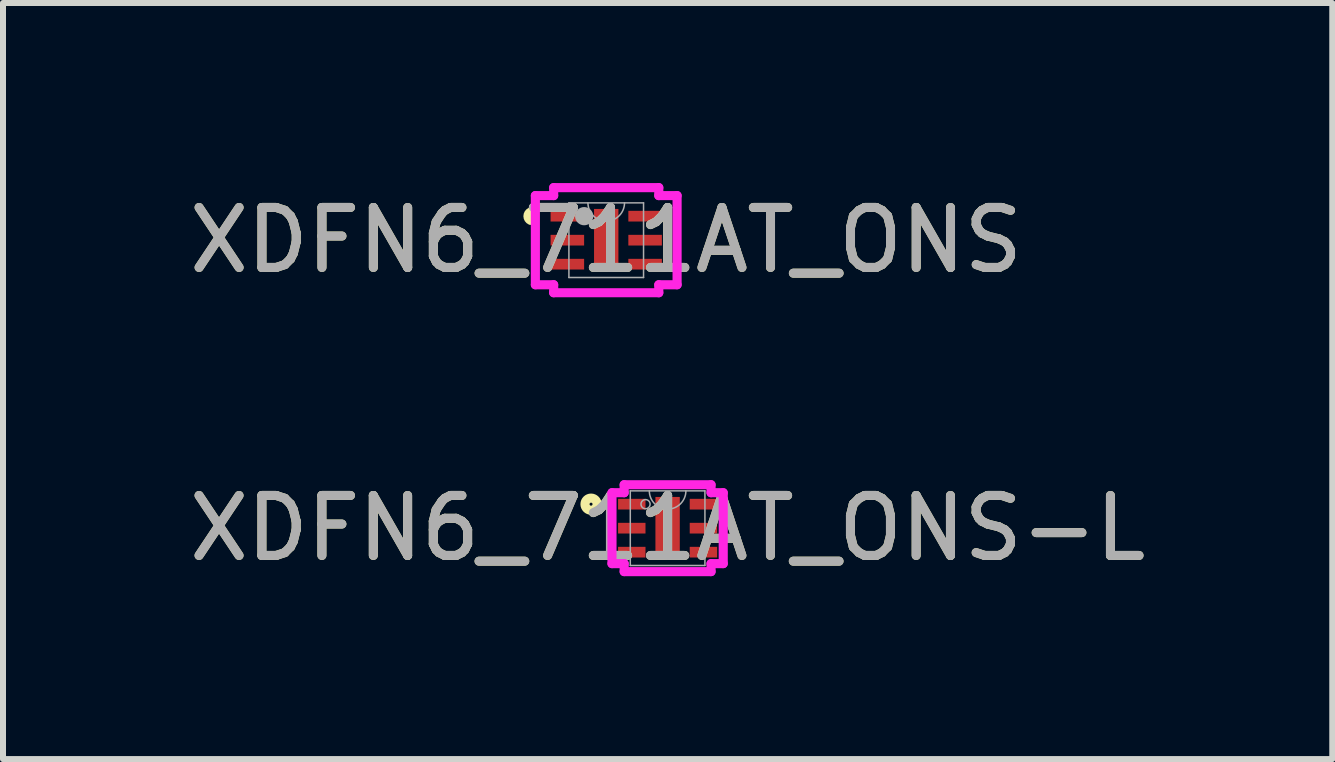
<source format=kicad_pcb>
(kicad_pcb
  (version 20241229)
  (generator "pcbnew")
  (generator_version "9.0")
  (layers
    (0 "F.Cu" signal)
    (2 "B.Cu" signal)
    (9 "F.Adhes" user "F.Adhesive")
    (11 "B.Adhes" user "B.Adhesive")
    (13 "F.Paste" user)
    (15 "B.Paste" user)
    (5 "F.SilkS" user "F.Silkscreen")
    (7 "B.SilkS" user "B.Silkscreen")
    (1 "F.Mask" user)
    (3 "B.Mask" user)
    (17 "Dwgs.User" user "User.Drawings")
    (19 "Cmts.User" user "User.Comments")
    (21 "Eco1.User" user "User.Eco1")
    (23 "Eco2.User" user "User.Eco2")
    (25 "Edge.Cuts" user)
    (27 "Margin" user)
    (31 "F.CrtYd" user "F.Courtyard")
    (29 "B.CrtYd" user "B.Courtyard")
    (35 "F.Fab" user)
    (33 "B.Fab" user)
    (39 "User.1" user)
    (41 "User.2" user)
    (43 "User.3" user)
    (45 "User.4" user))
  (footprint "XDFN6_711AT_ONS"
    (layer "F.Cu")
    (at 7.054 0.953)
    (property "Reference" "XDFN6_711AT_ONS" (at 0 0 0) (unlocked yes) (layer "F.SilkS") (effects (font (size 1 1) (thickness 0.15))))
    (attr smd)
    (fp_arc (start -1.25984 -0.330453) (mid -1.3049 -0.4) (end -1.25984 -0.469547) (stroke (width 0.1524) (type solid)) (layer "F.SilkS"))
    (fp_line (start -1.181 -0.743) (end -0.876 -0.743) (stroke (width 0.152) (type solid)) (layer "F.CrtYd"))
    (fp_line (start -1.181 0.743) (end -1.181 -0.743) (stroke (width 0.152) (type solid)) (layer "F.CrtYd"))
    (fp_line (start -1.181 0.743) (end -0.876 0.743) (stroke (width 0.152) (type solid)) (layer "F.CrtYd"))
    (fp_line (start -0.876 -0.876) (end 0.876 -0.876) (stroke (width 0.152) (type solid)) (layer "F.CrtYd"))
    (fp_line (start -0.876 -0.743) (end -0.876 -0.876) (stroke (width 0.152) (type solid)) (layer "F.CrtYd"))
    (fp_line (start -0.876 0.876) (end -0.876 0.743) (stroke (width 0.152) (type solid)) (layer "F.CrtYd"))
    (fp_line (start 0.876 -0.876) (end 0.876 -0.743) (stroke (width 0.152) (type solid)) (layer "F.CrtYd"))
    (fp_line (start 0.876 0.743) (end 0.876 0.876) (stroke (width 0.152) (type solid)) (layer "F.CrtYd"))
    (fp_line (start 0.876 0.876) (end -0.876 0.876) (stroke (width 0.152) (type solid)) (layer "F.CrtYd"))
    (fp_line (start 1.181 -0.743) (end 0.876 -0.743) (stroke (width 0.152) (type solid)) (layer "F.CrtYd"))
    (fp_line (start 1.181 -0.743) (end 1.181 0.743) (stroke (width 0.152) (type solid)) (layer "F.CrtYd"))
    (fp_line (start 1.181 0.743) (end 0.876 0.743) (stroke (width 0.152) (type solid)) (layer "F.CrtYd"))
    (fp_line (start -0.622 -0.622) (end -0.622 0.622) (stroke (width 0.025) (type solid)) (layer "F.Fab"))
    (fp_line (start -0.622 0.622) (end 0.622 0.622) (stroke (width 0.025) (type solid)) (layer "F.Fab"))
    (fp_line (start 0.622 -0.622) (end -0.622 -0.622) (stroke (width 0.025) (type solid)) (layer "F.Fab"))
    (fp_line (start 0.622 0.622) (end 0.622 -0.622) (stroke (width 0.025) (type solid)) (layer "F.Fab"))
    (fp_arc (start 0.3048 -0.6223) (mid 0 -0.3175) (end -0.3048 -0.6223) (stroke (width 0.0254) (type solid)) (layer "F.Fab"))
    (fp_circle (center -0.368 -0.4) (end -0.368 -0.4) (stroke (width 0.152) (type solid)) (fill no) (layer "F.Fab"))
    (fp_text user "${REFERENCE}" (at 0 0 0) (unlocked yes) (layer "F.Fab") (effects (font (size 1 1) (thickness 0.15))))
    (pad "1" smd rect (at -0.648 -0.4) (size 0.559 0.178) (layers "F.Cu" "F.Mask" "F.Paste"))
    (pad "2" smd rect (at -0.648 0) (size 0.559 0.178) (layers "F.Cu" "F.Mask" "F.Paste"))
    (pad "3" smd rect (at -0.648 0.4) (size 0.559 0.178) (layers "F.Cu" "F.Mask" "F.Paste"))
    (pad "4" smd rect (at 0.648 0.4) (size 0.559 0.178) (layers "F.Cu" "F.Mask" "F.Paste"))
    (pad "5" smd rect (at 0.648 0) (size 0.559 0.178) (layers "F.Cu" "F.Mask" "F.Paste"))
    (pad "6" smd rect (at 0.648 -0.4) (size 0.559 0.178) (layers "F.Cu" "F.Mask" "F.Paste"))
    (pad "7" smd rect (at 0 0) (size 0.406 1.041) (layers "F.Cu" "F.Mask" "F.Paste")))
  (footprint "XDFN6_711AT_ONS-L"
    (layer "F.Cu")
    (at 8.077 5.753)
    (property "Reference" "XDFN6_711AT_ONS-L" (at 0 0 0) (unlocked yes) (layer "F.SilkS") (effects (font (size 1 1) (thickness 0.15))))
    (attr smd)
    (fp_circle (center -1.276 -0.4) (end -1.175 -0.4) (stroke (width 0.152) (type solid)) (fill no) (layer "F.SilkS"))
    (fp_line (start -0.927 -0.591) (end -0.724 -0.591) (stroke (width 0.152) (type solid)) (layer "F.CrtYd"))
    (fp_line (start -0.927 0.591) (end -0.927 -0.591) (stroke (width 0.152) (type solid)) (layer "F.CrtYd"))
    (fp_line (start -0.927 0.591) (end -0.724 0.591) (stroke (width 0.152) (type solid)) (layer "F.CrtYd"))
    (fp_line (start -0.724 -0.724) (end 0.724 -0.724) (stroke (width 0.152) (type solid)) (layer "F.CrtYd"))
    (fp_line (start -0.724 -0.591) (end -0.724 -0.724) (stroke (width 0.152) (type solid)) (layer "F.CrtYd"))
    (fp_line (start -0.724 0.724) (end -0.724 0.591) (stroke (width 0.152) (type solid)) (layer "F.CrtYd"))
    (fp_line (start 0.724 -0.724) (end 0.724 -0.591) (stroke (width 0.152) (type solid)) (layer "F.CrtYd"))
    (fp_line (start 0.724 0.591) (end 0.724 0.724) (stroke (width 0.152) (type solid)) (layer "F.CrtYd"))
    (fp_line (start 0.724 0.724) (end -0.724 0.724) (stroke (width 0.152) (type solid)) (layer "F.CrtYd"))
    (fp_line (start 0.927 -0.591) (end 0.724 -0.591) (stroke (width 0.152) (type solid)) (layer "F.CrtYd"))
    (fp_line (start 0.927 -0.591) (end 0.927 0.591) (stroke (width 0.152) (type solid)) (layer "F.CrtYd"))
    (fp_line (start 0.927 0.591) (end 0.724 0.591) (stroke (width 0.152) (type solid)) (layer "F.CrtYd"))
    (fp_line (start -0.622 -0.622) (end -0.622 0.622) (stroke (width 0.025) (type solid)) (layer "F.Fab"))
    (fp_line (start -0.622 0.622) (end 0.622 0.622) (stroke (width 0.025) (type solid)) (layer "F.Fab"))
    (fp_line (start 0.622 -0.622) (end -0.622 -0.622) (stroke (width 0.025) (type solid)) (layer "F.Fab"))
    (fp_line (start 0.622 0.622) (end 0.622 -0.622) (stroke (width 0.025) (type solid)) (layer "F.Fab"))
    (fp_arc (start 0.3048 -0.6223) (mid 0 -0.3175) (end -0.3048 -0.6223) (stroke (width 0.0254) (type solid)) (layer "F.Fab"))
    (fp_circle (center -0.368 -0.4) (end -0.292 -0.4) (stroke (width 0.025) (type solid)) (fill no) (layer "F.Fab"))
    (fp_text user "${REFERENCE}" (at 0 0 0) (unlocked yes) (layer "F.Fab") (effects (font (size 1 1) (thickness 0.15))))
    (pad "1" smd rect (at -0.597 -0.4) (size 0.457 0.178) (layers "F.Cu" "F.Mask" "F.Paste"))
    (pad "2" smd rect (at -0.597 0) (size 0.457 0.178) (layers "F.Cu" "F.Mask" "F.Paste"))
    (pad "3" smd rect (at -0.597 0.4) (size 0.457 0.178) (layers "F.Cu" "F.Mask" "F.Paste"))
    (pad "4" smd rect (at 0.597 0.4) (size 0.457 0.178) (layers "F.Cu" "F.Mask" "F.Paste"))
    (pad "5" smd rect (at 0.597 0) (size 0.457 0.178) (layers "F.Cu" "F.Mask" "F.Paste"))
    (pad "6" smd rect (at 0.597 -0.4) (size 0.457 0.178) (layers "F.Cu" "F.Mask" "F.Paste"))
    (pad "7" smd rect (at 0 0) (size 0.406 1.041) (layers "F.Cu" "F.Mask" "F.Paste")))
  (gr_rect
    (start -3 -3)
    (end 19.155 9.601)
    (stroke (width 0.1) (type default))
    (fill no)
    (layer "Edge.Cuts")))
</source>
